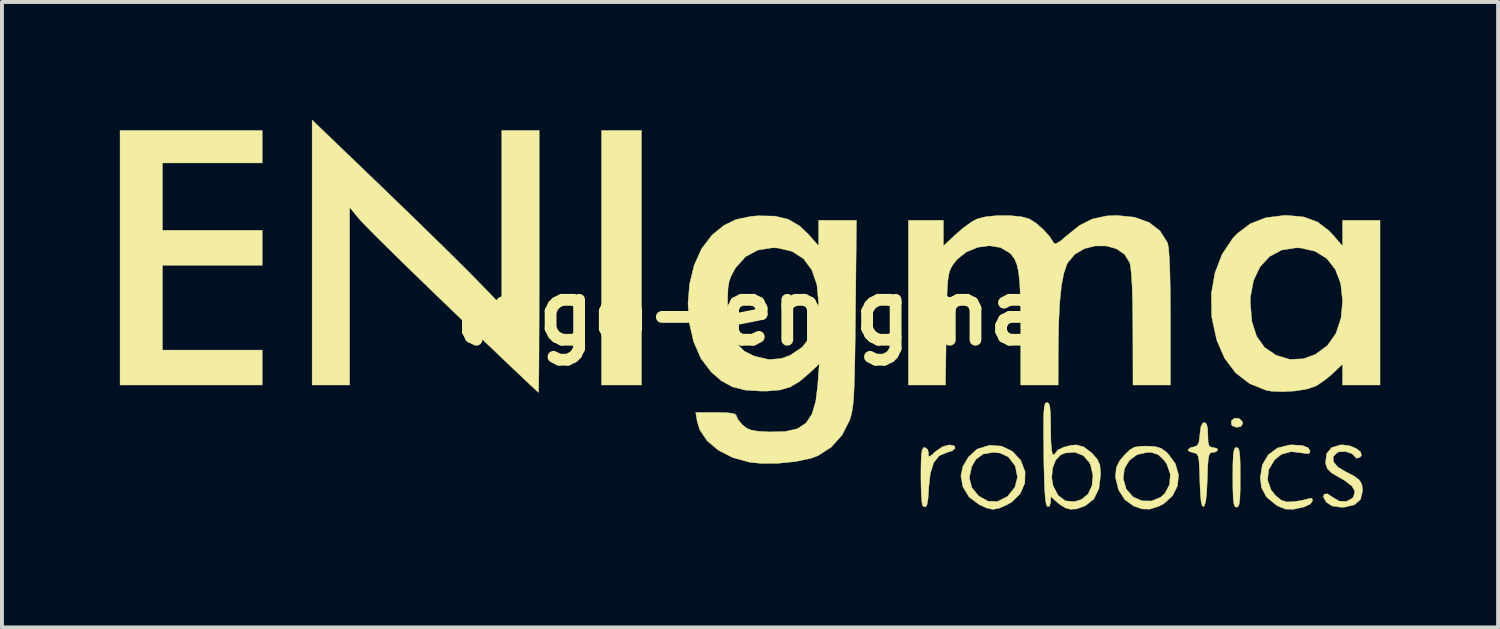
<source format=kicad_pcb>
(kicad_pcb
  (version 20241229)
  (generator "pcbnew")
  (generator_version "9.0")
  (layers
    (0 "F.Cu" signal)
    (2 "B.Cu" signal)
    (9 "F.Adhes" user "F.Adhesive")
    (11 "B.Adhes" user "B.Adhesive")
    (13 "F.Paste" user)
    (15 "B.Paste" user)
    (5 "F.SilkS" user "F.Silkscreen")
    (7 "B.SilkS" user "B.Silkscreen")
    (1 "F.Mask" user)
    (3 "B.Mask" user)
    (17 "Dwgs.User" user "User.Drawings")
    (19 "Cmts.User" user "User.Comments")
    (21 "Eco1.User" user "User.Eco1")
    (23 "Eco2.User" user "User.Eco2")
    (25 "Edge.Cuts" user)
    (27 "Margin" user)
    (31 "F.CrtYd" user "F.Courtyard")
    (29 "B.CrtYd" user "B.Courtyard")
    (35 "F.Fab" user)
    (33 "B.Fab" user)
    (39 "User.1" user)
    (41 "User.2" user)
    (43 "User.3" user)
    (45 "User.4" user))
  (footprint "logo-enigma"
    (layer "F.Cu")
    (at 16.007 4.907)
    (property "Reference" "logo-enigma" (at 0 0 0) (layer "F.SilkS") (effects (font (size 1.524 1.524) (thickness 0.3))))
    (attr through_hole)
    (fp_poly (pts (xy -2.731 1.841) (xy -3.747 1.841) (xy -3.747 -4.636) (xy -2.731 -4.636) (xy -2.731 1.841)) (stroke (width 0.01) (type solid)) (fill yes) (layer "F.SilkS"))
    (fp_poly (pts (xy 12.473 2.688) (xy 12.561 2.772) (xy 12.573 2.824) (xy 12.524 2.898) (xy 12.417 2.919) (xy 12.311 2.882) (xy 12.284 2.852) (xy 12.28 2.756) (xy 12.358 2.689) (xy 12.473 2.688) (xy 12.473 2.688)) (stroke (width 0.01) (type solid)) (fill yes) (layer "F.SilkS"))
    (fp_poly (pts (xy -12.383 -3.81) (xy -14.922 -3.81) (xy -14.922 -2.095) (xy -12.383 -2.095) (xy -12.383 -1.206) (xy -14.922 -1.206) (xy -14.922 0.953) (xy -12.383 0.953) (xy -12.383 1.841) (xy -16.002 1.841) (xy -16.002 -4.636) (xy -12.383 -4.636) (xy -12.383 -3.81)) (stroke (width 0.01) (type solid)) (fill yes) (layer "F.SilkS"))
    (fp_poly (pts (xy 12.455 3.448) (xy 12.483 3.518) (xy 12.5 3.659) (xy 12.508 3.89) (xy 12.509 4.191) (xy 12.507 4.52) (xy 12.498 4.741) (xy 12.481 4.873) (xy 12.452 4.938) (xy 12.414 4.953) (xy 12.373 4.934) (xy 12.346 4.864) (xy 12.329 4.723) (xy 12.321 4.492) (xy 12.319 4.191) (xy 12.321 3.862) (xy 12.33 3.641) (xy 12.348 3.509) (xy 12.377 3.444) (xy 12.414 3.429) (xy 12.455 3.448)) (stroke (width 0.01) (type solid)) (fill yes) (layer "F.SilkS"))
    (fp_poly (pts (xy 5.23 3.391) (xy 5.252 3.45) (xy 5.178 3.516) (xy 5.05 3.556) (xy 4.85 3.639) (xy 4.708 3.814) (xy 4.62 4.089) (xy 4.581 4.449) (xy 4.564 4.723) (xy 4.537 4.884) (xy 4.497 4.947) (xy 4.439 4.925) (xy 4.424 4.911) (xy 4.407 4.834) (xy 4.393 4.657) (xy 4.384 4.408) (xy 4.381 4.149) (xy 4.384 3.831) (xy 4.394 3.62) (xy 4.413 3.496) (xy 4.444 3.439) (xy 4.477 3.429) (xy 4.554 3.483) (xy 4.572 3.568) (xy 4.578 3.652) (xy 4.612 3.658) (xy 4.702 3.582) (xy 4.75 3.536) (xy 4.934 3.41) (xy 5.105 3.365) (xy 5.23 3.391)) (stroke (width 0.01) (type solid)) (fill yes) (layer "F.SilkS"))
    (fp_poly (pts (xy 14.094 3.383) (xy 14.242 3.44) (xy 14.287 3.532) (xy 14.254 3.59) (xy 14.137 3.582) (xy 14.113 3.575) (xy 13.805 3.537) (xy 13.555 3.606) (xy 13.383 3.745) (xy 13.233 3.993) (xy 13.203 4.256) (xy 13.291 4.51) (xy 13.4 4.647) (xy 13.546 4.771) (xy 13.684 4.817) (xy 13.86 4.811) (xy 14.057 4.783) (xy 14.213 4.745) (xy 14.24 4.735) (xy 14.331 4.723) (xy 14.351 4.784) (xy 14.292 4.871) (xy 14.133 4.944) (xy 14.113 4.95) (xy 13.857 5.005) (xy 13.665 5) (xy 13.485 4.931) (xy 13.422 4.895) (xy 13.18 4.697) (xy 13.05 4.457) (xy 13.018 4.203) (xy 13.071 3.874) (xy 13.222 3.617) (xy 13.458 3.443) (xy 13.765 3.368) (xy 13.832 3.365) (xy 14.094 3.383)) (stroke (width 0.01) (type solid)) (fill yes) (layer "F.SilkS"))
    (fp_poly (pts (xy 6.437 3.398) (xy 6.708 3.529) (xy 6.919 3.757) (xy 6.924 3.765) (xy 7.033 4.053) (xy 7.025 4.341) (xy 6.91 4.605) (xy 6.695 4.819) (xy 6.578 4.887) (xy 6.368 4.979) (xy 6.212 5.007) (xy 6.054 4.972) (xy 5.863 4.885) (xy 5.61 4.695) (xy 5.45 4.434) (xy 5.407 4.199) (xy 5.613 4.199) (xy 5.675 4.452) (xy 5.852 4.666) (xy 6.089 4.799) (xy 6.329 4.807) (xy 6.568 4.687) (xy 6.597 4.663) (xy 6.774 4.442) (xy 6.839 4.186) (xy 6.786 3.921) (xy 6.768 3.883) (xy 6.611 3.675) (xy 6.399 3.573) (xy 6.223 3.556) (xy 5.962 3.599) (xy 5.777 3.737) (xy 5.674 3.917) (xy 5.613 4.199) (xy 5.407 4.199) (xy 5.398 4.15) (xy 5.452 3.908) (xy 5.593 3.672) (xy 5.789 3.491) (xy 5.836 3.464) (xy 6.136 3.374) (xy 6.437 3.398)) (stroke (width 0.01) (type solid)) (fill yes) (layer "F.SilkS"))
    (fp_poly (pts (xy 11.651 2.832) (xy 11.679 2.959) (xy 11.684 3.111) (xy 11.691 3.302) (xy 11.719 3.397) (xy 11.782 3.428) (xy 11.811 3.429) (xy 11.914 3.456) (xy 11.938 3.493) (xy 11.885 3.544) (xy 11.813 3.556) (xy 11.757 3.565) (xy 11.72 3.609) (xy 11.697 3.708) (xy 11.682 3.885) (xy 11.672 4.163) (xy 11.67 4.233) (xy 11.654 4.584) (xy 11.628 4.812) (xy 11.591 4.924) (xy 11.575 4.937) (xy 11.538 4.911) (xy 11.511 4.798) (xy 11.492 4.583) (xy 11.48 4.275) (xy 11.47 3.972) (xy 11.458 3.774) (xy 11.437 3.656) (xy 11.403 3.597) (xy 11.35 3.573) (xy 11.319 3.567) (xy 11.207 3.531) (xy 11.176 3.493) (xy 11.23 3.442) (xy 11.319 3.418) (xy 11.408 3.386) (xy 11.456 3.302) (xy 11.479 3.131) (xy 11.481 3.096) (xy 11.509 2.893) (xy 11.562 2.802) (xy 11.592 2.794) (xy 11.651 2.832)) (stroke (width 0.01) (type solid)) (fill yes) (layer "F.SilkS"))
    (fp_poly (pts (xy -9.382 -3.239) (xy -8.957 -2.829) (xy -8.53 -2.416) (xy -8.119 -2.015) (xy -7.738 -1.642) (xy -7.404 -1.312) (xy -7.132 -1.041) (xy -6.969 -0.876) (xy -6.287 -0.176) (xy -6.287 -4.636) (xy -5.334 -4.636) (xy -5.334 -1.302) (xy -5.334 -0.664) (xy -5.335 -0.067) (xy -5.337 0.479) (xy -5.339 0.961) (xy -5.341 1.368) (xy -5.344 1.688) (xy -5.347 1.91) (xy -5.35 2.021) (xy -5.352 2.032) (xy -5.4 1.989) (xy -5.53 1.868) (xy -5.734 1.675) (xy -6.003 1.42) (xy -6.327 1.112) (xy -6.697 0.759) (xy -7.105 0.369) (xy -7.521 -0.029) (xy -7.966 -0.458) (xy -8.391 -0.868) (xy -8.785 -1.252) (xy -9.137 -1.597) (xy -9.438 -1.894) (xy -9.676 -2.133) (xy -9.841 -2.303) (xy -9.916 -2.386) (xy -10.16 -2.681) (xy -10.16 -0.42) (xy -10.16 1.841) (xy -11.113 1.841) (xy -11.113 -1.53) (xy -11.113 -4.902) (xy -9.382 -3.239)) (stroke (width 0.01) (type solid)) (fill yes) (layer "F.SilkS"))
    (fp_poly (pts (xy 10.341 3.408) (xy 10.492 3.451) (xy 10.625 3.547) (xy 10.666 3.585) (xy 10.857 3.844) (xy 10.938 4.126) (xy 10.912 4.407) (xy 10.784 4.662) (xy 10.559 4.865) (xy 10.432 4.93) (xy 10.206 5.002) (xy 10.008 4.996) (xy 9.796 4.922) (xy 9.57 4.759) (xy 9.411 4.511) (xy 9.339 4.218) (xy 9.529 4.218) (xy 9.602 4.479) (xy 9.614 4.502) (xy 9.784 4.692) (xy 10.009 4.79) (xy 10.255 4.793) (xy 10.484 4.697) (xy 10.589 4.602) (xy 10.711 4.372) (xy 10.728 4.109) (xy 10.638 3.852) (xy 10.567 3.751) (xy 10.421 3.614) (xy 10.258 3.561) (xy 10.149 3.556) (xy 9.888 3.611) (xy 9.687 3.757) (xy 9.562 3.969) (xy 9.529 4.218) (xy 9.339 4.218) (xy 9.337 4.211) (xy 9.335 4.142) (xy 9.354 3.945) (xy 9.431 3.782) (xy 9.552 3.634) (xy 9.691 3.496) (xy 9.813 3.425) (xy 9.973 3.4) (xy 10.119 3.397) (xy 10.341 3.408)) (stroke (width 0.01) (type solid)) (fill yes) (layer "F.SilkS"))
    (fp_poly (pts (xy 15.3 3.391) (xy 15.459 3.457) (xy 15.567 3.542) (xy 15.597 3.629) (xy 15.557 3.68) (xy 15.464 3.707) (xy 15.44 3.677) (xy 15.352 3.588) (xy 15.197 3.537) (xy 15.035 3.54) (xy 14.978 3.56) (xy 14.872 3.666) (xy 14.88 3.795) (xy 14.995 3.931) (xy 15.177 4.041) (xy 15.406 4.16) (xy 15.54 4.261) (xy 15.604 4.372) (xy 15.621 4.521) (xy 15.621 4.539) (xy 15.57 4.752) (xy 15.417 4.889) (xy 15.165 4.95) (xy 15.077 4.953) (xy 14.842 4.919) (xy 14.699 4.824) (xy 14.624 4.696) (xy 14.645 4.618) (xy 14.734 4.613) (xy 14.856 4.696) (xy 15.025 4.797) (xy 15.208 4.806) (xy 15.36 4.725) (xy 15.392 4.683) (xy 15.426 4.552) (xy 15.355 4.419) (xy 15.171 4.275) (xy 15.012 4.184) (xy 14.825 4.073) (xy 14.726 3.973) (xy 14.685 3.852) (xy 14.68 3.813) (xy 14.707 3.587) (xy 14.833 3.435) (xy 15.051 3.368) (xy 15.116 3.365) (xy 15.3 3.391)) (stroke (width 0.01) (type solid)) (fill yes) (layer "F.SilkS"))
    (fp_poly (pts (xy 14.132 -2.434) (xy 14.477 -2.306) (xy 14.774 -2.078) (xy 14.878 -1.966) (xy 15.113 -1.692) (xy 15.113 -2.349) (xy 16.066 -2.349) (xy 16.066 1.841) (xy 15.113 1.841) (xy 15.113 1.308) (xy 14.875 1.536) (xy 14.686 1.697) (xy 14.487 1.835) (xy 14.415 1.876) (xy 14.2 1.946) (xy 13.91 1.993) (xy 13.595 2.012) (xy 13.307 2) (xy 13.166 1.975) (xy 12.743 1.804) (xy 12.389 1.531) (xy 12.11 1.16) (xy 11.909 0.697) (xy 11.79 0.149) (xy 11.78 0.064) (xy 11.776 -0.252) (xy 12.764 -0.252) (xy 12.803 0.221) (xy 12.923 0.598) (xy 13.126 0.884) (xy 13.413 1.08) (xy 13.424 1.086) (xy 13.778 1.191) (xy 14.121 1.173) (xy 14.416 1.064) (xy 14.725 0.84) (xy 14.945 0.527) (xy 15.075 0.129) (xy 15.113 -0.294) (xy 15.066 -0.737) (xy 14.929 -1.101) (xy 14.709 -1.379) (xy 14.411 -1.563) (xy 14.042 -1.646) (xy 13.924 -1.65) (xy 13.56 -1.592) (xy 13.253 -1.427) (xy 13.013 -1.167) (xy 12.848 -0.824) (xy 12.769 -0.409) (xy 12.764 -0.252) (xy 11.776 -0.252) (xy 11.773 -0.486) (xy 11.864 -1.01) (xy 12.047 -1.486) (xy 12.315 -1.889) (xy 12.428 -2.01) (xy 12.765 -2.263) (xy 13.158 -2.416) (xy 13.624 -2.474) (xy 13.711 -2.475) (xy 14.132 -2.434)) (stroke (width 0.01) (type solid)) (fill yes) (layer "F.SilkS"))
    (fp_poly (pts (xy 7.631 2.306) (xy 7.66 2.378) (xy 7.676 2.525) (xy 7.683 2.765) (xy 7.684 2.953) (xy 7.689 3.258) (xy 7.705 3.48) (xy 7.73 3.602) (xy 7.747 3.619) (xy 7.809 3.579) (xy 7.811 3.566) (xy 7.866 3.496) (xy 8.006 3.428) (xy 8.185 3.38) (xy 8.328 3.365) (xy 8.52 3.413) (xy 8.721 3.565) (xy 8.738 3.581) (xy 8.87 3.732) (xy 8.934 3.872) (xy 8.953 4.063) (xy 8.954 4.124) (xy 8.911 4.479) (xy 8.782 4.743) (xy 8.57 4.912) (xy 8.539 4.926) (xy 8.337 4.996) (xy 8.184 5.004) (xy 8.065 4.972) (xy 7.949 4.905) (xy 7.826 4.807) (xy 7.684 4.677) (xy 7.684 4.82) (xy 7.655 4.925) (xy 7.604 4.937) (xy 7.575 4.893) (xy 7.552 4.774) (xy 7.535 4.57) (xy 7.521 4.267) (xy 7.52 4.201) (xy 7.71 4.201) (xy 7.744 4.405) (xy 7.874 4.653) (xy 8.059 4.79) (xy 8.289 4.811) (xy 8.467 4.755) (xy 8.637 4.614) (xy 8.737 4.397) (xy 8.759 4.138) (xy 8.698 3.873) (xy 8.67 3.815) (xy 8.514 3.637) (xy 8.297 3.553) (xy 8.053 3.572) (xy 7.936 3.621) (xy 7.811 3.751) (xy 7.732 3.96) (xy 7.71 4.201) (xy 7.52 4.201) (xy 7.511 3.855) (xy 7.508 3.598) (xy 7.503 3.154) (xy 7.502 2.82) (xy 7.507 2.583) (xy 7.518 2.426) (xy 7.536 2.335) (xy 7.561 2.294) (xy 7.587 2.286) (xy 7.631 2.306)) (stroke (width 0.01) (type solid)) (fill yes) (layer "F.SilkS"))
    (fp_poly (pts (xy 9.816 -2.429) (xy 10.185 -2.297) (xy 10.466 -2.081) (xy 10.653 -1.785) (xy 10.664 -1.758) (xy 10.685 -1.635) (xy 10.703 -1.395) (xy 10.717 -1.049) (xy 10.727 -0.609) (xy 10.731 -0.084) (xy 10.732 0.131) (xy 10.732 1.841) (xy 9.779 1.841) (xy 9.775 0.397) (xy 9.77 -0.174) (xy 9.758 -0.634) (xy 9.738 -0.978) (xy 9.712 -1.202) (xy 9.696 -1.27) (xy 9.563 -1.485) (xy 9.354 -1.627) (xy 9.095 -1.698) (xy 8.815 -1.698) (xy 8.541 -1.628) (xy 8.301 -1.488) (xy 8.123 -1.28) (xy 8.097 -1.232) (xy 8.018 -1.002) (xy 7.957 -0.683) (xy 7.914 -0.265) (xy 7.888 0.261) (xy 7.877 0.903) (xy 7.877 0.905) (xy 7.874 1.841) (xy 6.921 1.841) (xy 6.921 0.46) (xy 6.919 -0.067) (xy 6.91 -0.483) (xy 6.892 -0.805) (xy 6.864 -1.048) (xy 6.822 -1.229) (xy 6.765 -1.364) (xy 6.69 -1.469) (xy 6.64 -1.52) (xy 6.408 -1.657) (xy 6.126 -1.703) (xy 5.827 -1.663) (xy 5.54 -1.545) (xy 5.298 -1.354) (xy 5.194 -1.218) (xy 5.146 -1.136) (xy 5.11 -1.049) (xy 5.083 -0.94) (xy 5.064 -0.79) (xy 5.05 -0.582) (xy 5.04 -0.296) (xy 5.033 0.086) (xy 5.027 0.429) (xy 5.006 1.841) (xy 4.064 1.841) (xy 4.064 -2.349) (xy 4.953 -2.349) (xy 4.953 -1.697) (xy 5.272 -1.995) (xy 5.471 -2.165) (xy 5.672 -2.309) (xy 5.81 -2.385) (xy 6.03 -2.441) (xy 6.323 -2.47) (xy 6.639 -2.47) (xy 6.928 -2.443) (xy 7.131 -2.391) (xy 7.297 -2.288) (xy 7.483 -2.128) (xy 7.648 -1.949) (xy 7.752 -1.791) (xy 7.762 -1.768) (xy 7.817 -1.752) (xy 7.944 -1.831) (xy 8.09 -1.957) (xy 8.421 -2.221) (xy 8.743 -2.383) (xy 9.098 -2.461) (xy 9.366 -2.474) (xy 9.816 -2.429)) (stroke (width 0.01) (type solid)) (fill yes) (layer "F.SilkS"))
    (fp_poly (pts (xy 0.664 -2.457) (xy 1.005 -2.375) (xy 1.294 -2.206) (xy 1.523 -1.987) (xy 1.778 -1.697) (xy 1.778 -2.349) (xy 2.741 -2.349) (xy 2.716 0.016) (xy 2.709 0.637) (xy 2.701 1.144) (xy 2.693 1.553) (xy 2.683 1.875) (xy 2.671 2.127) (xy 2.655 2.321) (xy 2.635 2.471) (xy 2.611 2.591) (xy 2.581 2.695) (xy 2.569 2.731) (xy 2.377 3.112) (xy 2.1 3.422) (xy 1.76 3.641) (xy 1.576 3.709) (xy 1.182 3.791) (xy 0.742 3.835) (xy 0.314 3.837) (xy 0.014 3.806) (xy -0.411 3.688) (xy -0.775 3.502) (xy -1.06 3.262) (xy -1.248 2.981) (xy -1.313 2.768) (xy -1.35 2.54) (xy -0.834 2.54) (xy -0.562 2.546) (xy -0.398 2.565) (xy -0.325 2.6) (xy -0.318 2.624) (xy -0.275 2.721) (xy -0.169 2.847) (xy -0.154 2.862) (xy -0.052 2.942) (xy 0.067 2.991) (xy 0.241 3.019) (xy 0.503 3.034) (xy 0.529 3.035) (xy 0.929 3.026) (xy 1.234 2.955) (xy 1.456 2.811) (xy 1.609 2.581) (xy 1.705 2.253) (xy 1.756 1.834) (xy 1.794 1.302) (xy 1.548 1.533) (xy 1.29 1.753) (xy 1.053 1.893) (xy 0.794 1.968) (xy 0.471 1.996) (xy 0.318 1.997) (xy -0.091 1.971) (xy -0.417 1.888) (xy -0.698 1.734) (xy -0.956 1.511) (xy -1.217 1.166) (xy -1.402 0.744) (xy -1.512 0.271) (xy -1.546 -0.222) (xy -0.539 -0.222) (xy -0.533 0.085) (xy -0.509 0.305) (xy -0.462 0.476) (xy -0.401 0.607) (xy -0.263 0.833) (xy -0.116 0.978) (xy 0.085 1.082) (xy 0.174 1.116) (xy 0.516 1.194) (xy 0.833 1.166) (xy 1.055 1.085) (xy 1.362 0.878) (xy 1.589 0.58) (xy 1.73 0.201) (xy 1.778 -0.247) (xy 1.778 -0.248) (xy 1.734 -0.712) (xy 1.604 -1.088) (xy 1.394 -1.371) (xy 1.105 -1.558) (xy 0.741 -1.645) (xy 0.603 -1.651) (xy 0.231 -1.593) (xy -0.083 -1.423) (xy -0.332 -1.145) (xy -0.362 -1.095) (xy -0.449 -0.934) (xy -0.502 -0.786) (xy -0.529 -0.61) (xy -0.539 -0.367) (xy -0.539 -0.222) (xy -1.546 -0.222) (xy -1.547 -0.228) (xy -1.507 -0.726) (xy -1.392 -1.2) (xy -1.203 -1.623) (xy -0.94 -1.969) (xy -0.925 -1.983) (xy -0.635 -2.22) (xy -0.326 -2.37) (xy 0.041 -2.448) (xy 0.242 -2.465) (xy 0.664 -2.457)) (stroke (width 0.01) (type solid)) (fill yes) (layer "F.SilkS")))
  (gr_rect
    (start -3 -3)
    (end 35.078 12.919)
    (stroke (width 0.1) (type default))
    (fill no)
    (layer "Edge.Cuts")))
</source>
